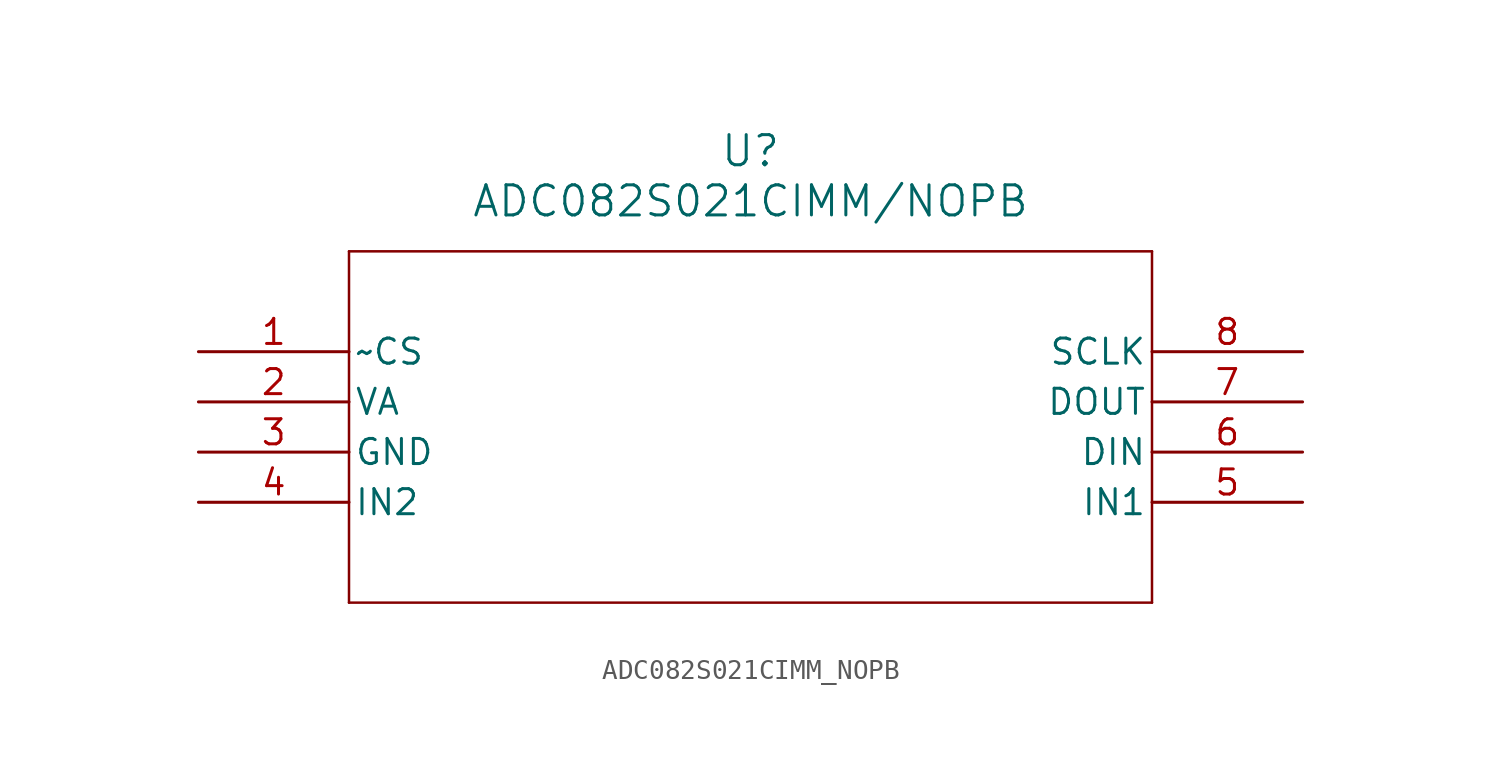
<source format=kicad_sym>
(kicad_symbol_lib
  (version 20211014)
  (generator kicad_symbol_editor)
  (symbol "ADC082S021CIMM_NOPB"
    (pin_names
      (offset 0.254))
    (property "Reference" "U"
      (at 27.94 10.16 0)
      (effects (font (size 1.524 1.524))))
    (property "Value" "ADC082S021CIMM/NOPB"
      (at 27.94 7.62 0)
      (effects (font (size 1.524 1.524))))
    (symbol "ADC082S021CIMM_NOPB_0_1"
      (polyline (pts (xy 7.62 5.08) (xy 7.62 -12.7)) (stroke (width 0.127) (type default) (color 0 0 0 0)) (fill (type none)))
      (polyline (pts (xy 7.62 -12.7) (xy 48.26 -12.7)) (stroke (width 0.127) (type default) (color 0 0 0 0)) (fill (type none)))
      (polyline (pts (xy 48.26 -12.7) (xy 48.26 5.08)) (stroke (width 0.127) (type default) (color 0 0 0 0)) (fill (type none)))
      (polyline (pts (xy 48.26 5.08) (xy 7.62 5.08)) (stroke (width 0.127) (type default) (color 0 0 0 0)) (fill (type none)))
      (pin passive line (at 0 0 0) (length 7.62) (name "~CS" (effects (font (size 1.27 1.27)))) (number "1" (effects (font (size 1.27 1.27)))))
      (pin passive line (at 0 -2.54 0) (length 7.62) (name "VA" (effects (font (size 1.27 1.27)))) (number "2" (effects (font (size 1.27 1.27)))))
      (pin passive line (at 0 -5.08 0) (length 7.62) (name "GND" (effects (font (size 1.27 1.27)))) (number "3" (effects (font (size 1.27 1.27)))))
      (pin input line (at 0 -7.62 0) (length 7.62) (name "IN2" (effects (font (size 1.27 1.27)))) (number "4" (effects (font (size 1.27 1.27)))))
      (pin input line (at 55.88 -7.62 180) (length 7.62) (name "IN1" (effects (font (size 1.27 1.27)))) (number "5" (effects (font (size 1.27 1.27)))))
      (pin input line (at 55.88 -5.08 180) (length 7.62) (name "DIN" (effects (font (size 1.27 1.27)))) (number "6" (effects (font (size 1.27 1.27)))))
      (pin output line (at 55.88 -2.54 180) (length 7.62) (name "DOUT" (effects (font (size 1.27 1.27)))) (number "7" (effects (font (size 1.27 1.27)))))
      (pin passive line (at 55.88 0 180) (length 7.62) (name "SCLK" (effects (font (size 1.27 1.27)))) (number "8" (effects (font (size 1.27 1.27))))))))
</source>
